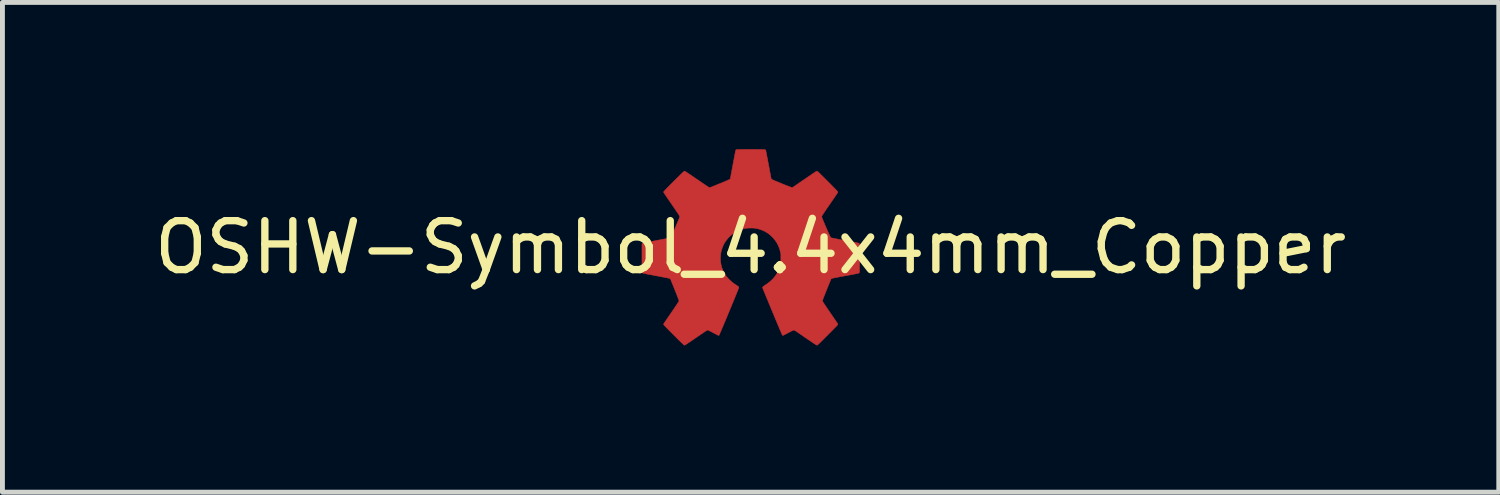
<source format=kicad_pcb>
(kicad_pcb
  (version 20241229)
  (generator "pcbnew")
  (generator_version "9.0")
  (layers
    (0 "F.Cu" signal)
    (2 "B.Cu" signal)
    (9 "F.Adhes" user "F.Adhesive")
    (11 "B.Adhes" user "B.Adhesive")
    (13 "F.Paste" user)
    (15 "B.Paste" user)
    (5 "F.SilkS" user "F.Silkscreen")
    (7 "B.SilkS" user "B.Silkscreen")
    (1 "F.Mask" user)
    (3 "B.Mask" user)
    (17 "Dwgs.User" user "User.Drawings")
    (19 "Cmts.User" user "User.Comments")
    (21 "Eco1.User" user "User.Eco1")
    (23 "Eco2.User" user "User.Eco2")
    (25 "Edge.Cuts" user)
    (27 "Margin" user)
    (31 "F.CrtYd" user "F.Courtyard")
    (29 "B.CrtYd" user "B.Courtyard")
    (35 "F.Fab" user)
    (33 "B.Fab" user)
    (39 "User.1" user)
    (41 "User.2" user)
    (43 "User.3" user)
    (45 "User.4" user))
  (footprint "OSHW-Symbol_4.4x4mm_Copper"
    (layer "F.Cu")
    (at 12.292 2.005)
    (property "Reference" "OSHW-Symbol_4.4x4mm_Copper" (at 0 0 0) (layer "F.SilkS") (effects (font (size 1 1) (thickness 0.15))))
    (attr exclude_from_pos_files exclude_from_bom)
    (fp_poly (pts (xy 0.051 -2) (xy 0.09 -2) (xy 0.128 -2) (xy 0.164 -1.999) (xy 0.197 -1.999) (xy 0.226 -1.999) (xy 0.252 -1.998) (xy 0.272 -1.998) (xy 0.287 -1.997) (xy 0.296 -1.997) (xy 0.298 -1.996) (xy 0.305 -1.99) (xy 0.308 -1.986) (xy 0.309 -1.982) (xy 0.312 -1.97) (xy 0.315 -1.953) (xy 0.32 -1.931) (xy 0.325 -1.903) (xy 0.331 -1.871) (xy 0.338 -1.835) (xy 0.346 -1.796) (xy 0.353 -1.755) (xy 0.362 -1.711) (xy 0.365 -1.695) (xy 0.373 -1.65) (xy 0.381 -1.608) (xy 0.388 -1.568) (xy 0.395 -1.531) (xy 0.402 -1.498) (xy 0.407 -1.468) (xy 0.412 -1.444) (xy 0.415 -1.425) (xy 0.418 -1.412) (xy 0.419 -1.405) (xy 0.419 -1.404) (xy 0.423 -1.398) (xy 0.429 -1.391) (xy 0.435 -1.388) (xy 0.446 -1.382) (xy 0.463 -1.375) (xy 0.484 -1.365) (xy 0.509 -1.354) (xy 0.537 -1.343) (xy 0.567 -1.33) (xy 0.599 -1.317) (xy 0.632 -1.303) (xy 0.665 -1.29) (xy 0.697 -1.277) (xy 0.728 -1.265) (xy 0.756 -1.254) (xy 0.782 -1.244) (xy 0.805 -1.235) (xy 0.822 -1.229) (xy 0.835 -1.224) (xy 0.842 -1.222) (xy 0.843 -1.222) (xy 0.854 -1.224) (xy 0.866 -1.229) (xy 0.878 -1.237) (xy 0.885 -1.242) (xy 0.897 -1.25) (xy 0.914 -1.262) (xy 0.935 -1.276) (xy 0.96 -1.293) (xy 0.986 -1.311) (xy 1.015 -1.331) (xy 1.038 -1.347) (xy 1.07 -1.369) (xy 1.104 -1.392) (xy 1.138 -1.415) (xy 1.171 -1.438) (xy 1.202 -1.459) (xy 1.23 -1.478) (xy 1.253 -1.494) (xy 1.261 -1.5) (xy 1.288 -1.518) (xy 1.31 -1.532) (xy 1.326 -1.543) (xy 1.339 -1.551) (xy 1.348 -1.555) (xy 1.354 -1.557) (xy 1.355 -1.557) (xy 1.358 -1.557) (xy 1.361 -1.555) (xy 1.366 -1.552) (xy 1.372 -1.547) (xy 1.38 -1.54) (xy 1.39 -1.531) (xy 1.403 -1.519) (xy 1.419 -1.504) (xy 1.438 -1.485) (xy 1.46 -1.463) (xy 1.487 -1.437) (xy 1.517 -1.406) (xy 1.553 -1.371) (xy 1.572 -1.351) (xy 1.615 -1.309) (xy 1.652 -1.271) (xy 1.684 -1.238) (xy 1.712 -1.21) (xy 1.735 -1.187) (xy 1.753 -1.168) (xy 1.766 -1.153) (xy 1.775 -1.143) (xy 1.78 -1.137) (xy 1.78 -1.136) (xy 1.781 -1.125) (xy 1.779 -1.118) (xy 1.776 -1.114) (xy 1.77 -1.105) (xy 1.76 -1.09) (xy 1.747 -1.071) (xy 1.731 -1.048) (xy 1.713 -1.021) (xy 1.692 -0.991) (xy 1.67 -0.958) (xy 1.646 -0.923) (xy 1.621 -0.886) (xy 1.615 -0.878) (xy 1.585 -0.834) (xy 1.558 -0.796) (xy 1.536 -0.762) (xy 1.516 -0.734) (xy 1.5 -0.71) (xy 1.487 -0.69) (xy 1.476 -0.673) (xy 1.468 -0.66) (xy 1.462 -0.65) (xy 1.458 -0.642) (xy 1.455 -0.636) (xy 1.453 -0.632) (xy 1.453 -0.63) (xy 1.453 -0.626) (xy 1.454 -0.621) (xy 1.456 -0.614) (xy 1.459 -0.605) (xy 1.463 -0.593) (xy 1.469 -0.577) (xy 1.477 -0.558) (xy 1.487 -0.535) (xy 1.499 -0.506) (xy 1.513 -0.472) (xy 1.53 -0.433) (xy 1.54 -0.41) (xy 1.56 -0.363) (xy 1.578 -0.323) (xy 1.593 -0.289) (xy 1.606 -0.26) (xy 1.616 -0.238) (xy 1.625 -0.221) (xy 1.631 -0.208) (xy 1.635 -0.201) (xy 1.637 -0.199) (xy 1.643 -0.197) (xy 1.653 -0.193) (xy 1.67 -0.189) (xy 1.692 -0.185) (xy 1.721 -0.179) (xy 1.757 -0.172) (xy 1.799 -0.164) (xy 1.813 -0.161) (xy 1.875 -0.15) (xy 1.929 -0.14) (xy 1.978 -0.131) (xy 2.02 -0.123) (xy 2.057 -0.116) (xy 2.089 -0.11) (xy 2.116 -0.105) (xy 2.139 -0.1) (xy 2.158 -0.096) (xy 2.173 -0.093) (xy 2.185 -0.091) (xy 2.195 -0.088) (xy 2.202 -0.087) (xy 2.207 -0.085) (xy 2.21 -0.084) (xy 2.213 -0.082) (xy 2.214 -0.081) (xy 2.215 -0.08) (xy 2.217 -0.078) (xy 2.217 -0.078) (xy 2.225 -0.069) (xy 2.225 0.512) (xy 2.215 0.522) (xy 2.213 0.524) (xy 2.21 0.526) (xy 2.206 0.528) (xy 2.2 0.53) (xy 2.193 0.532) (xy 2.182 0.534) (xy 2.169 0.537) (xy 2.151 0.541) (xy 2.13 0.545) (xy 2.104 0.55) (xy 2.073 0.556) (xy 2.036 0.563) (xy 1.993 0.571) (xy 1.944 0.58) (xy 1.942 0.58) (xy 1.899 0.588) (xy 1.857 0.596) (xy 1.818 0.603) (xy 1.783 0.61) (xy 1.75 0.616) (xy 1.722 0.622) (xy 1.699 0.626) (xy 1.681 0.63) (xy 1.669 0.632) (xy 1.664 0.634) (xy 1.653 0.639) (xy 1.645 0.645) (xy 1.643 0.647) (xy 1.641 0.652) (xy 1.636 0.663) (xy 1.63 0.679) (xy 1.621 0.701) (xy 1.61 0.726) (xy 1.598 0.756) (xy 1.585 0.789) (xy 1.571 0.824) (xy 1.556 0.861) (xy 1.552 0.872) (xy 1.534 0.915) (xy 1.519 0.953) (xy 1.507 0.984) (xy 1.496 1.011) (xy 1.488 1.033) (xy 1.481 1.05) (xy 1.476 1.064) (xy 1.473 1.075) (xy 1.47 1.083) (xy 1.469 1.089) (xy 1.468 1.094) (xy 1.468 1.098) (xy 1.469 1.101) (xy 1.469 1.102) (xy 1.472 1.108) (xy 1.479 1.118) (xy 1.489 1.134) (xy 1.502 1.154) (xy 1.518 1.178) (xy 1.536 1.205) (xy 1.557 1.236) (xy 1.579 1.269) (xy 1.602 1.303) (xy 1.625 1.336) (xy 1.649 1.371) (xy 1.673 1.406) (xy 1.695 1.438) (xy 1.715 1.467) (xy 1.733 1.493) (xy 1.748 1.516) (xy 1.761 1.535) (xy 1.771 1.549) (xy 1.777 1.558) (xy 1.779 1.562) (xy 1.781 1.57) (xy 1.78 1.578) (xy 1.778 1.583) (xy 1.771 1.591) (xy 1.76 1.603) (xy 1.744 1.62) (xy 1.723 1.641) (xy 1.698 1.667) (xy 1.668 1.698) (xy 1.633 1.733) (xy 1.593 1.773) (xy 1.572 1.795) (xy 1.534 1.832) (xy 1.502 1.864) (xy 1.474 1.893) (xy 1.45 1.916) (xy 1.429 1.937) (xy 1.412 1.953) (xy 1.398 1.967) (xy 1.387 1.977) (xy 1.378 1.985) (xy 1.371 1.991) (xy 1.366 1.995) (xy 1.362 1.998) (xy 1.358 1.999) (xy 1.356 1.999) (xy 1.353 1.999) (xy 1.353 1.999) (xy 1.348 1.997) (xy 1.339 1.993) (xy 1.325 1.984) (xy 1.307 1.973) (xy 1.284 1.958) (xy 1.256 1.939) (xy 1.223 1.916) (xy 1.184 1.89) (xy 1.174 1.883) (xy 1.141 1.86) (xy 1.108 1.838) (xy 1.075 1.815) (xy 1.045 1.794) (xy 1.017 1.775) (xy 0.992 1.758) (xy 0.971 1.744) (xy 0.955 1.733) (xy 0.951 1.73) (xy 0.93 1.715) (xy 0.913 1.705) (xy 0.901 1.698) (xy 0.892 1.693) (xy 0.885 1.692) (xy 0.883 1.691) (xy 0.877 1.693) (xy 0.866 1.697) (xy 0.851 1.704) (xy 0.831 1.713) (xy 0.805 1.727) (xy 0.774 1.743) (xy 0.769 1.746) (xy 0.744 1.759) (xy 0.721 1.771) (xy 0.7 1.782) (xy 0.683 1.79) (xy 0.67 1.797) (xy 0.663 1.8) (xy 0.661 1.8) (xy 0.653 1.798) (xy 0.649 1.796) (xy 0.647 1.792) (xy 0.642 1.782) (xy 0.635 1.766) (xy 0.626 1.745) (xy 0.615 1.719) (xy 0.602 1.689) (xy 0.587 1.654) (xy 0.572 1.617) (xy 0.554 1.576) (xy 0.536 1.532) (xy 0.517 1.487) (xy 0.497 1.439) (xy 0.477 1.391) (xy 0.456 1.341) (xy 0.436 1.292) (xy 0.415 1.242) (xy 0.395 1.194) (xy 0.375 1.146) (xy 0.356 1.1) (xy 0.338 1.056) (xy 0.32 1.014) (xy 0.304 0.975) (xy 0.29 0.939) (xy 0.277 0.908) (xy 0.266 0.881) (xy 0.257 0.858) (xy 0.25 0.84) (xy 0.245 0.829) (xy 0.243 0.823) (xy 0.243 0.823) (xy 0.246 0.814) (xy 0.253 0.805) (xy 0.265 0.795) (xy 0.284 0.782) (xy 0.284 0.782) (xy 0.347 0.739) (xy 0.404 0.694) (xy 0.453 0.647) (xy 0.496 0.597) (xy 0.532 0.544) (xy 0.563 0.488) (xy 0.587 0.43) (xy 0.59 0.421) (xy 0.598 0.394) (xy 0.605 0.37) (xy 0.61 0.348) (xy 0.614 0.327) (xy 0.616 0.305) (xy 0.618 0.28) (xy 0.618 0.251) (xy 0.618 0.223) (xy 0.618 0.194) (xy 0.618 0.172) (xy 0.618 0.154) (xy 0.617 0.139) (xy 0.615 0.126) (xy 0.613 0.114) (xy 0.611 0.102) (xy 0.61 0.1) (xy 0.592 0.033) (xy 0.568 -0.03) (xy 0.538 -0.088) (xy 0.501 -0.143) (xy 0.459 -0.195) (xy 0.448 -0.206) (xy 0.4 -0.252) (xy 0.347 -0.292) (xy 0.29 -0.326) (xy 0.23 -0.353) (xy 0.168 -0.374) (xy 0.103 -0.389) (xy 0.079 -0.392) (xy 0.053 -0.394) (xy 0.023 -0.395) (xy -0.01 -0.395) (xy -0.043 -0.394) (xy -0.075 -0.391) (xy -0.103 -0.388) (xy -0.122 -0.385) (xy -0.187 -0.367) (xy -0.249 -0.344) (xy -0.307 -0.314) (xy -0.362 -0.279) (xy -0.412 -0.238) (xy -0.458 -0.192) (xy -0.499 -0.142) (xy -0.535 -0.088) (xy -0.565 -0.03) (xy -0.588 0.032) (xy -0.589 0.034) (xy -0.606 0.097) (xy -0.615 0.162) (xy -0.618 0.227) (xy -0.615 0.292) (xy -0.604 0.357) (xy -0.588 0.417) (xy -0.565 0.476) (xy -0.537 0.531) (xy -0.503 0.583) (xy -0.463 0.633) (xy -0.417 0.679) (xy -0.364 0.724) (xy -0.305 0.766) (xy -0.282 0.78) (xy -0.266 0.791) (xy -0.255 0.799) (xy -0.248 0.806) (xy -0.244 0.812) (xy -0.243 0.814) (xy -0.243 0.816) (xy -0.243 0.819) (xy -0.243 0.822) (xy -0.244 0.827) (xy -0.246 0.834) (xy -0.249 0.842) (xy -0.253 0.853) (xy -0.258 0.866) (xy -0.264 0.882) (xy -0.272 0.901) (xy -0.281 0.924) (xy -0.292 0.951) (xy -0.305 0.982) (xy -0.319 1.018) (xy -0.336 1.059) (xy -0.355 1.105) (xy -0.376 1.156) (xy -0.4 1.214) (xy -0.426 1.277) (xy -0.439 1.309) (xy -0.463 1.365) (xy -0.485 1.42) (xy -0.507 1.472) (xy -0.528 1.522) (xy -0.548 1.569) (xy -0.566 1.613) (xy -0.583 1.652) (xy -0.598 1.688) (xy -0.611 1.719) (xy -0.623 1.746) (xy -0.632 1.767) (xy -0.639 1.783) (xy -0.643 1.792) (xy -0.645 1.796) (xy -0.653 1.8) (xy -0.658 1.8) (xy -0.662 1.799) (xy -0.672 1.794) (xy -0.687 1.787) (xy -0.706 1.777) (xy -0.728 1.766) (xy -0.752 1.753) (xy -0.765 1.746) (xy -0.797 1.729) (xy -0.823 1.716) (xy -0.843 1.705) (xy -0.858 1.698) (xy -0.87 1.694) (xy -0.877 1.692) (xy -0.879 1.691) (xy -0.882 1.692) (xy -0.887 1.694) (xy -0.893 1.697) (xy -0.902 1.702) (xy -0.914 1.709) (xy -0.929 1.719) (xy -0.947 1.731) (xy -0.969 1.746) (xy -0.996 1.764) (xy -1.027 1.785) (xy -1.063 1.81) (xy -1.105 1.838) (xy -1.116 1.846) (xy -1.16 1.876) (xy -1.199 1.902) (xy -1.232 1.925) (xy -1.261 1.944) (xy -1.285 1.96) (xy -1.304 1.973) (xy -1.32 1.983) (xy -1.332 1.991) (xy -1.342 1.996) (xy -1.348 1.999) (xy -1.351 2) (xy -1.352 2) (xy -1.354 1.999) (xy -1.358 1.998) (xy -1.362 1.995) (xy -1.368 1.99) (xy -1.376 1.983) (xy -1.386 1.974) (xy -1.399 1.962) (xy -1.415 1.947) (xy -1.433 1.929) (xy -1.456 1.907) (xy -1.482 1.881) (xy -1.513 1.85) (xy -1.548 1.815) (xy -1.569 1.794) (xy -1.601 1.762) (xy -1.632 1.731) (xy -1.661 1.702) (xy -1.687 1.675) (xy -1.711 1.65) (xy -1.732 1.629) (xy -1.749 1.611) (xy -1.763 1.596) (xy -1.772 1.586) (xy -1.777 1.58) (xy -1.777 1.58) (xy -1.777 1.57) (xy -1.776 1.563) (xy -1.773 1.558) (xy -1.766 1.548) (xy -1.757 1.534) (xy -1.744 1.514) (xy -1.728 1.491) (xy -1.71 1.464) (xy -1.689 1.434) (xy -1.667 1.402) (xy -1.643 1.367) (xy -1.62 1.333) (xy -1.595 1.297) (xy -1.571 1.262) (xy -1.549 1.229) (xy -1.528 1.198) (xy -1.51 1.171) (xy -1.495 1.148) (xy -1.482 1.128) (xy -1.473 1.114) (xy -1.467 1.104) (xy -1.465 1.1) (xy -1.465 1.097) (xy -1.465 1.093) (xy -1.465 1.088) (xy -1.467 1.081) (xy -1.47 1.072) (xy -1.474 1.061) (xy -1.479 1.045) (xy -1.487 1.026) (xy -1.496 1.003) (xy -1.507 0.975) (xy -1.52 0.941) (xy -1.536 0.902) (xy -1.546 0.877) (xy -1.564 0.831) (xy -1.58 0.792) (xy -1.593 0.759) (xy -1.604 0.732) (xy -1.614 0.708) (xy -1.621 0.69) (xy -1.627 0.675) (xy -1.632 0.663) (xy -1.636 0.655) (xy -1.639 0.649) (xy -1.642 0.645) (xy -1.644 0.642) (xy -1.646 0.64) (xy -1.648 0.639) (xy -1.65 0.637) (xy -1.655 0.636) (xy -1.666 0.633) (xy -1.684 0.629) (xy -1.707 0.624) (xy -1.736 0.618) (xy -1.769 0.612) (xy -1.807 0.605) (xy -1.848 0.597) (xy -1.893 0.588) (xy -1.932 0.581) (xy -1.982 0.572) (xy -2.026 0.563) (xy -2.064 0.556) (xy -2.096 0.55) (xy -2.124 0.545) (xy -2.146 0.541) (xy -2.164 0.537) (xy -2.178 0.534) (xy -2.189 0.531) (xy -2.198 0.529) (xy -2.204 0.527) (xy -2.208 0.525) (xy -2.211 0.523) (xy -2.213 0.521) (xy -2.213 0.521) (xy -2.221 0.511) (xy -2.221 -0.069) (xy -2.213 -0.078) (xy -2.211 -0.08) (xy -2.209 -0.082) (xy -2.206 -0.083) (xy -2.201 -0.085) (xy -2.194 -0.087) (xy -2.184 -0.09) (xy -2.172 -0.093) (xy -2.156 -0.096) (xy -2.136 -0.1) (xy -2.111 -0.105) (xy -2.082 -0.11) (xy -2.048 -0.117) (xy -2.007 -0.124) (xy -1.96 -0.133) (xy -1.925 -0.14) (xy -1.869 -0.15) (xy -1.819 -0.16) (xy -1.774 -0.168) (xy -1.736 -0.176) (xy -1.703 -0.182) (xy -1.676 -0.188) (xy -1.656 -0.192) (xy -1.643 -0.195) (xy -1.636 -0.197) (xy -1.636 -0.198) (xy -1.634 -0.199) (xy -1.632 -0.2) (xy -1.63 -0.202) (xy -1.628 -0.204) (xy -1.626 -0.208) (xy -1.623 -0.213) (xy -1.619 -0.221) (xy -1.614 -0.232) (xy -1.608 -0.245) (xy -1.6 -0.263) (xy -1.591 -0.285) (xy -1.579 -0.312) (xy -1.566 -0.343) (xy -1.55 -0.381) (xy -1.532 -0.423) (xy -1.514 -0.465) (xy -1.498 -0.501) (xy -1.485 -0.532) (xy -1.475 -0.557) (xy -1.466 -0.577) (xy -1.46 -0.594) (xy -1.455 -0.607) (xy -1.452 -0.617) (xy -1.45 -0.624) (xy -1.449 -0.629) (xy -1.449 -0.632) (xy -1.451 -0.636) (xy -1.454 -0.643) (xy -1.461 -0.654) (xy -1.47 -0.668) (xy -1.481 -0.687) (xy -1.496 -0.709) (xy -1.515 -0.736) (xy -1.536 -0.768) (xy -1.562 -0.806) (xy -1.591 -0.848) (xy -1.611 -0.878) (xy -1.637 -0.915) (xy -1.661 -0.95) (xy -1.684 -0.984) (xy -1.705 -1.014) (xy -1.723 -1.042) (xy -1.74 -1.066) (xy -1.754 -1.086) (xy -1.764 -1.102) (xy -1.771 -1.113) (xy -1.775 -1.118) (xy -1.775 -1.118) (xy -1.777 -1.127) (xy -1.777 -1.136) (xy -1.774 -1.14) (xy -1.767 -1.148) (xy -1.756 -1.161) (xy -1.74 -1.177) (xy -1.72 -1.199) (xy -1.695 -1.224) (xy -1.665 -1.255) (xy -1.63 -1.29) (xy -1.59 -1.33) (xy -1.569 -1.351) (xy -1.531 -1.389) (xy -1.498 -1.422) (xy -1.469 -1.45) (xy -1.445 -1.474) (xy -1.424 -1.495) (xy -1.407 -1.512) (xy -1.393 -1.525) (xy -1.381 -1.536) (xy -1.372 -1.544) (xy -1.365 -1.55) (xy -1.36 -1.554) (xy -1.356 -1.556) (xy -1.353 -1.557) (xy -1.352 -1.557) (xy -1.348 -1.556) (xy -1.343 -1.554) (xy -1.334 -1.549) (xy -1.323 -1.542) (xy -1.308 -1.533) (xy -1.289 -1.52) (xy -1.267 -1.505) (xy -1.239 -1.487) (xy -1.208 -1.466) (xy -1.171 -1.44) (xy -1.128 -1.411) (xy -1.1 -1.392) (xy -1.062 -1.366) (xy -1.026 -1.341) (xy -0.992 -1.318) (xy -0.96 -1.296) (xy -0.931 -1.277) (xy -0.906 -1.26) (xy -0.885 -1.246) (xy -0.868 -1.235) (xy -0.856 -1.227) (xy -0.85 -1.223) (xy -0.848 -1.222) (xy -0.846 -1.221) (xy -0.844 -1.221) (xy -0.841 -1.221) (xy -0.837 -1.221) (xy -0.832 -1.222) (xy -0.825 -1.224) (xy -0.815 -1.228) (xy -0.803 -1.232) (xy -0.787 -1.239) (xy -0.767 -1.247) (xy -0.742 -1.256) (xy -0.713 -1.269) (xy -0.678 -1.283) (xy -0.637 -1.3) (xy -0.621 -1.306) (xy -0.586 -1.32) (xy -0.553 -1.334) (xy -0.522 -1.347) (xy -0.495 -1.359) (xy -0.471 -1.369) (xy -0.451 -1.378) (xy -0.437 -1.385) (xy -0.428 -1.389) (xy -0.426 -1.391) (xy -0.419 -1.398) (xy -0.416 -1.404) (xy -0.415 -1.409) (xy -0.413 -1.42) (xy -0.409 -1.437) (xy -0.405 -1.459) (xy -0.4 -1.487) (xy -0.394 -1.519) (xy -0.387 -1.554) (xy -0.38 -1.593) (xy -0.372 -1.635) (xy -0.364 -1.679) (xy -0.361 -1.695) (xy -0.353 -1.739) (xy -0.345 -1.782) (xy -0.337 -1.822) (xy -0.33 -1.859) (xy -0.324 -1.892) (xy -0.318 -1.921) (xy -0.313 -1.946) (xy -0.309 -1.965) (xy -0.306 -1.978) (xy -0.305 -1.985) (xy -0.305 -1.986) (xy -0.298 -1.993) (xy -0.294 -1.996) (xy -0.289 -1.997) (xy -0.278 -1.997) (xy -0.261 -1.998) (xy -0.238 -1.999) (xy -0.211 -1.999) (xy -0.18 -1.999) (xy -0.145 -2) (xy -0.109 -2) (xy -0.07 -2) (xy -0.03 -2) (xy 0.01 -2) (xy 0.051 -2)) (stroke (width 0.01) (type solid)) (fill yes) (layer "F.Cu")))
  (gr_rect
    (start -3 -3)
    (end 27.583 7.01)
    (stroke (width 0.1) (type default))
    (fill no)
    (layer "Edge.Cuts")))
</source>
